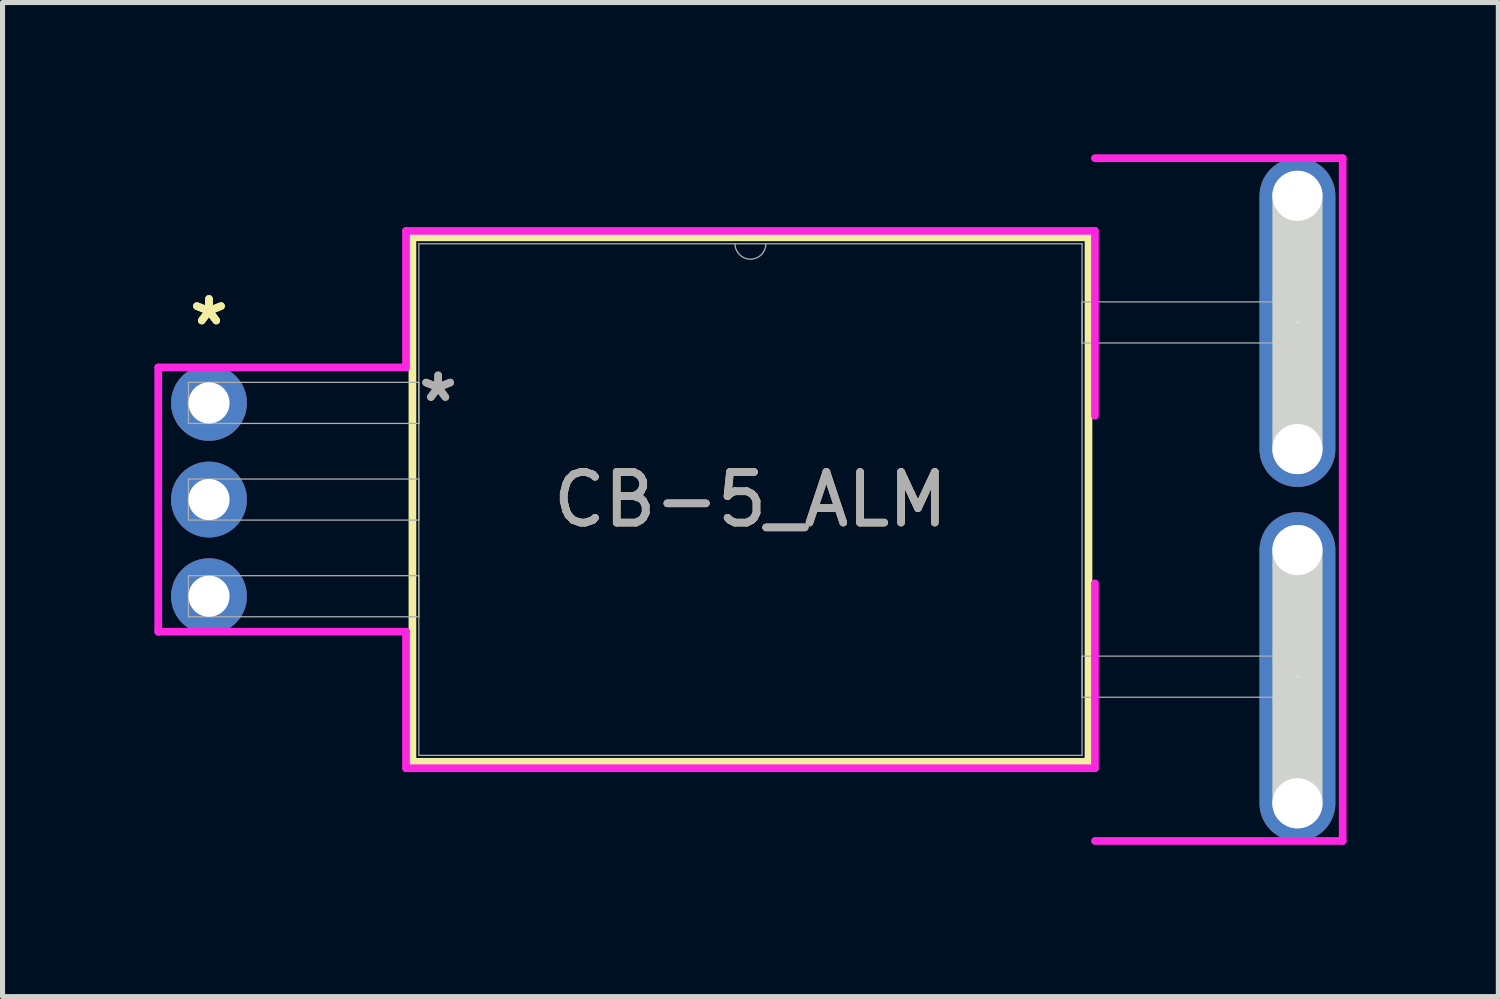
<source format=kicad_pcb>
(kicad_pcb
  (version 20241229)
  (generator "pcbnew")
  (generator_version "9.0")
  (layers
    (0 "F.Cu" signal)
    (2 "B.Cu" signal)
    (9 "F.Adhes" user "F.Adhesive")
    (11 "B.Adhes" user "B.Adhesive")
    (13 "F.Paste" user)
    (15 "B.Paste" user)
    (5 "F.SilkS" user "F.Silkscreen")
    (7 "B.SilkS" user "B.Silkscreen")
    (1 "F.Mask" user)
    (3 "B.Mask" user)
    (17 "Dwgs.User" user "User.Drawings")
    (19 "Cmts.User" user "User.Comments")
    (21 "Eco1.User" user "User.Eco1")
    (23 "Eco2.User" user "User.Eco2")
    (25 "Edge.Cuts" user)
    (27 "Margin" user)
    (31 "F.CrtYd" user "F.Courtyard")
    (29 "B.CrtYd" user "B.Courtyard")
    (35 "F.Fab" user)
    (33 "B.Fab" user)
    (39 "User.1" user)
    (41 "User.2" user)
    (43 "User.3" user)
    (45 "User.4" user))
  (footprint "CB-5_ALM"
    (layer "F.Cu")
    (at 22.48 8.732)
    (property "Reference" "CB-5_ALM" (at -10.7 -1.91 0) (unlocked yes) (layer "F.SilkS") (effects (font (size 1 1) (thickness 0.15))))
    (attr through_hole)
    (fp_line (start -17.38 -7.092) (end -17.38 3.272) (stroke (width 0.152) (type solid)) (layer "F.SilkS"))
    (fp_line (start -17.38 3.272) (end -4.02 3.272) (stroke (width 0.152) (type solid)) (layer "F.SilkS"))
    (fp_line (start -4.02 -7.092) (end -17.38 -7.092) (stroke (width 0.152) (type solid)) (layer "F.SilkS"))
    (fp_line (start -4.02 3.272) (end -4.02 -7.092) (stroke (width 0.152) (type solid)) (layer "F.SilkS"))
    (fp_line (start 0.109 -2.908) (end 0.109 -7.912) (stroke (width 0.991) (type solid)) (layer "Edge.Cuts"))
    (fp_line (start 0.109 4.092) (end 0.109 -0.912) (stroke (width 0.991) (type solid)) (layer "Edge.Cuts"))
    (fp_line (start -22.403 -4.521) (end -17.507 -4.521) (stroke (width 0.152) (type solid)) (layer "F.CrtYd"))
    (fp_line (start -22.403 0.701) (end -22.403 -4.521) (stroke (width 0.152) (type solid)) (layer "F.CrtYd"))
    (fp_line (start -17.507 -7.219) (end -3.893 -7.219) (stroke (width 0.152) (type solid)) (layer "F.CrtYd"))
    (fp_line (start -17.507 -4.521) (end -17.507 -7.219) (stroke (width 0.152) (type solid)) (layer "F.CrtYd"))
    (fp_line (start -17.507 0.701) (end -22.403 0.701) (stroke (width 0.152) (type solid)) (layer "F.CrtYd"))
    (fp_line (start -17.507 3.399) (end -17.507 0.701) (stroke (width 0.152) (type solid)) (layer "F.CrtYd"))
    (fp_line (start -3.893 -7.219) (end -3.893 -3.566) (stroke (width 0.152) (type solid)) (layer "F.CrtYd"))
    (fp_line (start -3.893 -0.254) (end -3.893 3.399) (stroke (width 0.152) (type solid)) (layer "F.CrtYd"))
    (fp_line (start -3.893 3.399) (end -17.507 3.399) (stroke (width 0.152) (type solid)) (layer "F.CrtYd"))
    (fp_line (start 1.003 -8.656) (end -3.893 -8.656) (stroke (width 0.152) (type solid)) (layer "F.CrtYd"))
    (fp_line (start 1.003 -8.656) (end 1.003 4.836) (stroke (width 0.152) (type solid)) (layer "F.CrtYd"))
    (fp_line (start 1.003 4.836) (end -3.893 4.836) (stroke (width 0.152) (type solid)) (layer "F.CrtYd"))
    (fp_line (start -21.806 -4.226) (end -21.806 -3.414) (stroke (width 0.025) (type solid)) (layer "F.Fab"))
    (fp_line (start -21.806 -3.414) (end -17.253 -3.414) (stroke (width 0.025) (type solid)) (layer "F.Fab"))
    (fp_line (start -21.806 -2.316) (end -21.806 -1.504) (stroke (width 0.025) (type solid)) (layer "F.Fab"))
    (fp_line (start -21.806 -1.504) (end -17.253 -1.504) (stroke (width 0.025) (type solid)) (layer "F.Fab"))
    (fp_line (start -21.806 -0.406) (end -21.806 0.406) (stroke (width 0.025) (type solid)) (layer "F.Fab"))
    (fp_line (start -21.806 0.406) (end -17.253 0.406) (stroke (width 0.025) (type solid)) (layer "F.Fab"))
    (fp_line (start -17.253 -6.965) (end -17.253 3.145) (stroke (width 0.025) (type solid)) (layer "F.Fab"))
    (fp_line (start -17.253 -4.226) (end -21.806 -4.226) (stroke (width 0.025) (type solid)) (layer "F.Fab"))
    (fp_line (start -17.253 -3.414) (end -17.253 -4.226) (stroke (width 0.025) (type solid)) (layer "F.Fab"))
    (fp_line (start -17.253 -2.316) (end -21.806 -2.316) (stroke (width 0.025) (type solid)) (layer "F.Fab"))
    (fp_line (start -17.253 -1.504) (end -17.253 -2.316) (stroke (width 0.025) (type solid)) (layer "F.Fab"))
    (fp_line (start -17.253 -0.406) (end -21.806 -0.406) (stroke (width 0.025) (type solid)) (layer "F.Fab"))
    (fp_line (start -17.253 0.406) (end -17.253 -0.406) (stroke (width 0.025) (type solid)) (layer "F.Fab"))
    (fp_line (start -17.253 3.145) (end -4.147 3.145) (stroke (width 0.025) (type solid)) (layer "F.Fab"))
    (fp_line (start -4.147 -6.965) (end -17.253 -6.965) (stroke (width 0.025) (type solid)) (layer "F.Fab"))
    (fp_line (start -4.147 -5.816) (end -4.147 -5.004) (stroke (width 0.025) (type solid)) (layer "F.Fab"))
    (fp_line (start -4.147 -5.004) (end 0.406 -5.004) (stroke (width 0.025) (type solid)) (layer "F.Fab"))
    (fp_line (start -4.147 1.184) (end -4.147 1.996) (stroke (width 0.025) (type solid)) (layer "F.Fab"))
    (fp_line (start -4.147 1.996) (end 0.406 1.996) (stroke (width 0.025) (type solid)) (layer "F.Fab"))
    (fp_line (start -4.147 3.145) (end -4.147 -6.965) (stroke (width 0.025) (type solid)) (layer "F.Fab"))
    (fp_line (start 0.406 -5.816) (end -4.147 -5.816) (stroke (width 0.025) (type solid)) (layer "F.Fab"))
    (fp_line (start 0.406 -5.004) (end 0.406 -5.816) (stroke (width 0.025) (type solid)) (layer "F.Fab"))
    (fp_line (start 0.406 1.184) (end -4.147 1.184) (stroke (width 0.025) (type solid)) (layer "F.Fab"))
    (fp_line (start 0.406 1.996) (end 0.406 1.184) (stroke (width 0.025) (type solid)) (layer "F.Fab"))
    (fp_arc (start -10.3952 -6.9646) (mid -10.7 -6.6598) (end -11.0048 -6.9646) (stroke (width 0.0254) (type solid)) (layer "F.Fab"))
    (fp_text user "*" (at -21.4 -5.331 0) (layer "F.SilkS") (effects (font (size 1 1) (thickness 0.15))))
    (fp_text user "*" (at -21.4 -5.331 0) (unlocked yes) (layer "F.SilkS") (effects (font (size 1 1) (thickness 0.15))))
    (fp_text user "${REFERENCE}" (at -10.7 -1.91 0) (unlocked yes) (layer "F.Fab") (effects (font (size 1 1) (thickness 0.15))))
    (fp_text user "*" (at -16.872 -3.82 0) (layer "F.Fab") (effects (font (size 1 1) (thickness 0.15))))
    (fp_text user "*" (at -16.872 -3.82 0) (unlocked yes) (layer "F.Fab") (effects (font (size 1 1) (thickness 0.15))))
    (pad "" np_thru_hole circle (at 0.109 -7.912) (size 0.991 0.991) (drill 0.991) (layers "*.Cu" "*.Mask"))
    (pad "" np_thru_hole circle (at 0.109 -2.908) (size 0.991 0.991) (drill 0.991) (layers "*.Cu" "*.Mask"))
    (pad "" np_thru_hole circle (at 0.109 -0.912) (size 0.991 0.991) (drill 0.991) (layers "*.Cu" "*.Mask"))
    (pad "" np_thru_hole circle (at 0.109 4.092) (size 0.991 0.991) (drill 0.991) (layers "*.Cu" "*.Mask"))
    (pad "1" thru_hole circle (at -21.4 -3.82) (size 1.499 1.499) (drill 0.813) (layers "*.Cu" "*.Mask"))
    (pad "2" thru_hole circle (at -21.4 -1.91) (size 1.499 1.499) (drill 0.813) (layers "*.Cu" "*.Mask"))
    (pad "3" thru_hole circle (at -21.4 0) (size 1.499 1.499) (drill 0.813) (layers "*.Cu" "*.Mask"))
    (pad "4" thru_hole oval (at 0.109 1.59 90) (size 6.502 1.499) (drill 0.025) (layers "*.Cu" "*.Mask"))
    (pad "5" thru_hole oval (at 0.109 -5.41 90) (size 6.502 1.499) (drill 0.025) (layers "*.Cu" "*.Mask")))
  (gr_rect
    (start -3 -3)
    (end 26.559 16.644)
    (stroke (width 0.1) (type default))
    (fill no)
    (layer "Edge.Cuts")))
</source>
